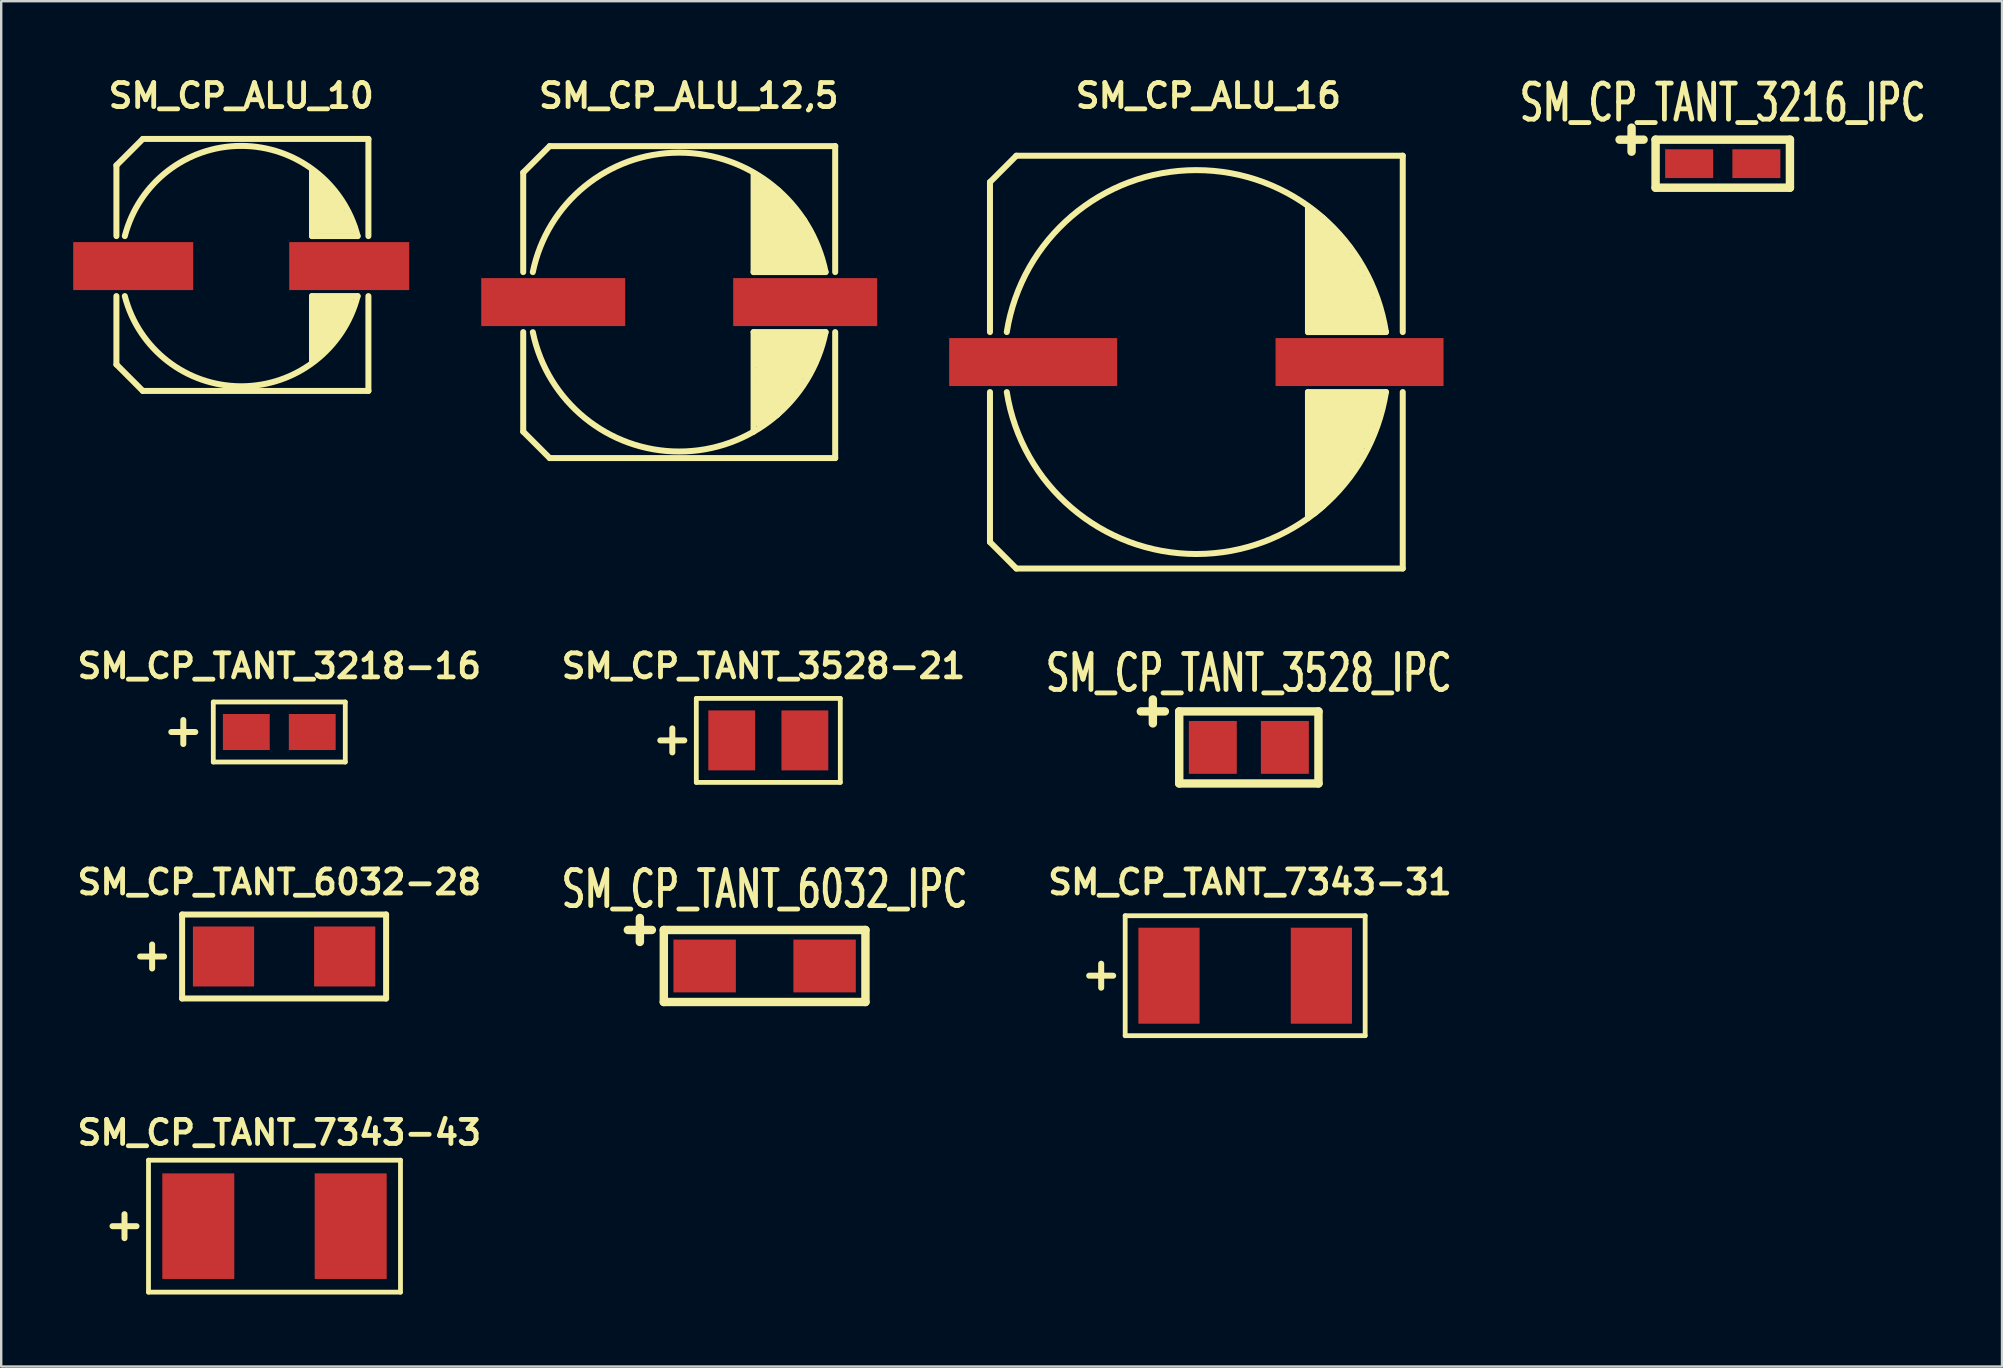
<source format=kicad_pcb>
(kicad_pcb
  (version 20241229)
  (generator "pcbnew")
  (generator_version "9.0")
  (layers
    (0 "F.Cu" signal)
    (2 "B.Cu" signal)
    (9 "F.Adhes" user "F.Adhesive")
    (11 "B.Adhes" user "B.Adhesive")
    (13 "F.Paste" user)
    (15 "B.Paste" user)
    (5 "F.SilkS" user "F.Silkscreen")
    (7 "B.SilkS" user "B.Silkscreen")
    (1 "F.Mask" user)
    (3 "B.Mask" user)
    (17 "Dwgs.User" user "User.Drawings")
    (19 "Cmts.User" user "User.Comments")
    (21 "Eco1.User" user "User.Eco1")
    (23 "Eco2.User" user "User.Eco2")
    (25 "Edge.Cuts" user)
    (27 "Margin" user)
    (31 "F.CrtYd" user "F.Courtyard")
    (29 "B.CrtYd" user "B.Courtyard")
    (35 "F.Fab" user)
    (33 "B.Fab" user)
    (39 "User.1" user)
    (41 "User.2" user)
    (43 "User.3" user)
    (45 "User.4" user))
  (footprint "SM_CP_TANT_3216_IPC"
    (layer "F.Cu")
    (at 68.737 3.77)
    (property "Reference" "SM_CP_TANT_3216_IPC" (at 0 -2.54 0) (layer "F.SilkS") (effects (font (size 1.501 1.001) (thickness 0.201))))
    (attr through_hole)
    (fp_line (start -3.8 -0.5) (end -3.8 -1.501) (stroke (width 0.351) (type solid)) (layer "F.SilkS"))
    (fp_line (start -3.299 -1.001) (end -4.3 -1.001) (stroke (width 0.351) (type solid)) (layer "F.SilkS"))
    (fp_line (start -2.799 -1.001) (end 2.799 -1.001) (stroke (width 0.351) (type solid)) (layer "F.SilkS"))
    (fp_line (start -2.799 1.001) (end -2.799 -1.001) (stroke (width 0.351) (type solid)) (layer "F.SilkS"))
    (fp_line (start 2.799 -1.001) (end 2.799 1.001) (stroke (width 0.351) (type solid)) (layer "F.SilkS"))
    (fp_line (start 2.799 1.001) (end -2.799 1.001) (stroke (width 0.351) (type solid)) (layer "F.SilkS"))
    (pad "1" smd rect (at -1.4 0) (size 1.999 1.199) (layers "F.Cu" "F.Mask" "F.Paste"))
    (pad "2" smd rect (at 1.4 0) (size 1.999 1.199) (layers "F.Cu" "F.Mask" "F.Paste")))
  (footprint "SM_CP_TANT_6032-28"
    (layer "F.Cu")
    (at 8.789 36.807)
    (property "Reference" "SM_CP_TANT_6032-28" (at -0.201 -3.099 0) (layer "F.SilkS") (effects (font (size 1.001 1.001) (thickness 0.201))))
    (attr through_hole)
    (fp_line (start -5.5 -0.5) (end -5.5 0.5) (stroke (width 0.25) (type solid)) (layer "F.SilkS"))
    (fp_line (start -5 0) (end -6 0) (stroke (width 0.25) (type solid)) (layer "F.SilkS"))
    (fp_line (start -4.25 -1.75) (end -4.25 1.75) (stroke (width 0.25) (type solid)) (layer "F.SilkS"))
    (fp_line (start -4.25 1.75) (end 4.25 1.75) (stroke (width 0.25) (type solid)) (layer "F.SilkS"))
    (fp_line (start 4.25 -1.75) (end -4.25 -1.75) (stroke (width 0.25) (type solid)) (layer "F.SilkS"))
    (fp_line (start 4.25 -1.75) (end 4.25 1.75) (stroke (width 0.25) (type solid)) (layer "F.SilkS"))
    (pad "1" smd rect (at -2.525 0) (size 2.55 2.499) (layers "F.Cu" "F.Mask" "F.Paste"))
    (pad "2" smd rect (at 2.525 0) (size 2.55 2.499) (layers "F.Cu" "F.Mask" "F.Paste")))
  (footprint "SM_CP_ALU_16"
    (layer "F.Cu")
    (at 46.802 12.037)
    (property "Reference" "SM_CP_ALU_16" (at 0.5 -11.1 0) (layer "F.SilkS") (effects (font (size 1.001 1.001) (thickness 0.201))))
    (attr through_hole)
    (fp_line (start -8.6 7.501) (end -7.501 8.603) (stroke (width 0.25) (type solid)) (layer "F.SilkS"))
    (fp_line (start -8.6 -7.5) (end -8.6 -1.25) (stroke (width 0.25) (type solid)) (layer "F.SilkS"))
    (fp_line (start -8.6 7.5) (end -8.6 1.25) (stroke (width 0.25) (type solid)) (layer "F.SilkS"))
    (fp_line (start -7.501 -8.598) (end -8.6 -7.498) (stroke (width 0.25) (type solid)) (layer "F.SilkS"))
    (fp_line (start -7.501 8.603) (end 8.6 8.603) (stroke (width 0.25) (type solid)) (layer "F.SilkS"))
    (fp_line (start 4.65 -1.25) (end 4.65 -6.45) (stroke (width 0.25) (type solid)) (layer "F.SilkS"))
    (fp_line (start 4.65 1.25) (end 4.65 6.5) (stroke (width 0.25) (type solid)) (layer "F.SilkS"))
    (fp_line (start 4.8 5.9) (end 5.2 5.9) (stroke (width 0.5) (type solid)) (layer "F.SilkS"))
    (fp_line (start 4.85 -5.9) (end 5.2 -5.9) (stroke (width 0.5) (type solid)) (layer "F.SilkS"))
    (fp_line (start 4.85 -5.5) (end 5.6 -5.5) (stroke (width 0.5) (type solid)) (layer "F.SilkS"))
    (fp_line (start 4.85 -5.1) (end 5.95 -5.1) (stroke (width 0.5) (type solid)) (layer "F.SilkS"))
    (fp_line (start 4.85 -4.7) (end 6.3 -4.7) (stroke (width 0.5) (type solid)) (layer "F.SilkS"))
    (fp_line (start 4.85 -4.25) (end 6.6 -4.25) (stroke (width 0.5) (type solid)) (layer "F.SilkS"))
    (fp_line (start 4.85 -3.8) (end 6.85 -3.8) (stroke (width 0.5) (type solid)) (layer "F.SilkS"))
    (fp_line (start 4.85 -3.35) (end 7.1 -3.35) (stroke (width 0.5) (type solid)) (layer "F.SilkS"))
    (fp_line (start 4.85 -2.9) (end 7.25 -2.9) (stroke (width 0.5) (type solid)) (layer "F.SilkS"))
    (fp_line (start 4.85 -2.45) (end 7.45 -2.45) (stroke (width 0.5) (type solid)) (layer "F.SilkS"))
    (fp_line (start 4.85 -2) (end 7.55 -2) (stroke (width 0.5) (type solid)) (layer "F.SilkS"))
    (fp_line (start 4.85 -1.55) (end 7.65 -1.55) (stroke (width 0.5) (type solid)) (layer "F.SilkS"))
    (fp_line (start 4.85 1.55) (end 7.6 1.55) (stroke (width 0.5) (type solid)) (layer "F.SilkS"))
    (fp_line (start 4.85 2) (end 7.55 2) (stroke (width 0.5) (type solid)) (layer "F.SilkS"))
    (fp_line (start 4.85 2.45) (end 7.4 2.45) (stroke (width 0.5) (type solid)) (layer "F.SilkS"))
    (fp_line (start 4.85 2.9) (end 7.25 2.9) (stroke (width 0.5) (type solid)) (layer "F.SilkS"))
    (fp_line (start 4.85 3.35) (end 7.1 3.35) (stroke (width 0.5) (type solid)) (layer "F.SilkS"))
    (fp_line (start 4.85 3.8) (end 6.85 3.8) (stroke (width 0.5) (type solid)) (layer "F.SilkS"))
    (fp_line (start 4.85 4.25) (end 6.6 4.25) (stroke (width 0.5) (type solid)) (layer "F.SilkS"))
    (fp_line (start 4.85 4.7) (end 6.3 4.7) (stroke (width 0.5) (type solid)) (layer "F.SilkS"))
    (fp_line (start 4.85 5.1) (end 5.95 5.1) (stroke (width 0.5) (type solid)) (layer "F.SilkS"))
    (fp_line (start 4.85 5.5) (end 5.6 5.5) (stroke (width 0.5) (type solid)) (layer "F.SilkS"))
    (fp_line (start 5.2 -5.9) (end 4.8 -6.1) (stroke (width 0.5) (type solid)) (layer "F.SilkS"))
    (fp_line (start 5.2 5.9) (end 4.85 6.2) (stroke (width 0.5) (type solid)) (layer "F.SilkS"))
    (fp_line (start 7.9 -1.25) (end 4.65 -1.25) (stroke (width 0.25) (type solid)) (layer "F.SilkS"))
    (fp_line (start 7.9 1.25) (end 4.65 1.25) (stroke (width 0.25) (type solid)) (layer "F.SilkS"))
    (fp_line (start 8.6 -8.6) (end 8.6 -1.25) (stroke (width 0.25) (type solid)) (layer "F.SilkS"))
    (fp_line (start 8.6 8.6) (end 8.6 1.25) (stroke (width 0.25) (type solid)) (layer "F.SilkS"))
    (fp_line (start 8.6 -8.598) (end -7.501 -8.598) (stroke (width 0.25) (type solid)) (layer "F.SilkS"))
    (fp_arc (start -7.9 -1.25) (mid -0.001222 -7.998281) (end 7.899618 -1.252414) (stroke (width 0.25) (type solid)) (layer "F.SilkS"))
    (fp_arc (start 7.9 1.25) (mid 0.001222 7.998281) (end -7.899618 1.252414) (stroke (width 0.25) (type solid)) (layer "F.SilkS"))
    (pad "1" smd rect (at -6.8 0) (size 7 1.999) (layers "F.Cu" "F.Mask" "F.Paste"))
    (pad "2" smd rect (at 6.8 0) (size 7 1.999) (layers "F.Cu" "F.Mask" "F.Paste")))
  (footprint "SM_CP_TANT_3528-21"
    (layer "F.Cu")
    (at 28.965 27.802)
    (property "Reference" "SM_CP_TANT_3528-21" (at -0.201 -3.099 0) (layer "F.SilkS") (effects (font (size 1.001 1.001) (thickness 0.201))))
    (attr through_hole)
    (fp_line (start -4 -0.5) (end -4 0.5) (stroke (width 0.25) (type solid)) (layer "F.SilkS"))
    (fp_line (start -3.5 0) (end -4.5 0) (stroke (width 0.25) (type solid)) (layer "F.SilkS"))
    (fp_line (start -3 -1.75) (end 3 -1.75) (stroke (width 0.2) (type solid)) (layer "F.SilkS"))
    (fp_line (start -3 1.75) (end -3 -1.75) (stroke (width 0.2) (type solid)) (layer "F.SilkS"))
    (fp_line (start 3 -1.75) (end 3 1.75) (stroke (width 0.2) (type solid)) (layer "F.SilkS"))
    (fp_line (start 3 1.75) (end -3 1.75) (stroke (width 0.2) (type solid)) (layer "F.SilkS"))
    (pad "1" smd rect (at -1.524 0) (size 1.951 2.499) (layers "F.Cu" "F.Mask" "F.Paste"))
    (pad "2" smd rect (at 1.524 0) (size 1.951 2.499) (layers "F.Cu" "F.Mask" "F.Paste")))
  (footprint "SM_CP_ALU_12,5"
    (layer "F.Cu")
    (at 25.252 9.538)
    (property "Reference" "SM_CP_ALU_12,5" (at 0.399 -8.6 0) (layer "F.SilkS") (effects (font (size 1.001 1.001) (thickness 0.201))))
    (attr through_hole)
    (fp_line (start -6.5 -5.4) (end -6.5 -1.25) (stroke (width 0.25) (type solid)) (layer "F.SilkS"))
    (fp_line (start -6.5 5.4) (end -6.5 1.25) (stroke (width 0.25) (type solid)) (layer "F.SilkS"))
    (fp_line (start -6.497 5.4) (end -5.397 6.5) (stroke (width 0.25) (type solid)) (layer "F.SilkS"))
    (fp_line (start -5.397 -6.5) (end -6.497 -5.4) (stroke (width 0.25) (type solid)) (layer "F.SilkS"))
    (fp_line (start -5.397 6.5) (end 6.502 6.5) (stroke (width 0.25) (type solid)) (layer "F.SilkS"))
    (fp_line (start 3.1 -1.25) (end 3.1 -5.35) (stroke (width 0.25) (type solid)) (layer "F.SilkS"))
    (fp_line (start 3.1 1.25) (end 3.1 5.4) (stroke (width 0.25) (type solid)) (layer "F.SilkS"))
    (fp_line (start 3.3 -4.55) (end 4.05 -4.55) (stroke (width 0.5) (type solid)) (layer "F.SilkS"))
    (fp_line (start 3.3 -4.15) (end 4.4 -4.15) (stroke (width 0.5) (type solid)) (layer "F.SilkS"))
    (fp_line (start 3.3 -3.75) (end 4.75 -3.75) (stroke (width 0.5) (type solid)) (layer "F.SilkS"))
    (fp_line (start 3.3 -3.35) (end 5.1 -3.35) (stroke (width 0.5) (type solid)) (layer "F.SilkS"))
    (fp_line (start 3.3 -2.9) (end 5.35 -2.9) (stroke (width 0.5) (type solid)) (layer "F.SilkS"))
    (fp_line (start 3.3 -2.45) (end 5.55 -2.45) (stroke (width 0.5) (type solid)) (layer "F.SilkS"))
    (fp_line (start 3.3 -2) (end 5.7 -2) (stroke (width 0.5) (type solid)) (layer "F.SilkS"))
    (fp_line (start 3.3 -1.55) (end 5.8 -1.55) (stroke (width 0.5) (type solid)) (layer "F.SilkS"))
    (fp_line (start 3.3 1.6) (end 5.85 1.6) (stroke (width 0.5) (type solid)) (layer "F.SilkS"))
    (fp_line (start 3.3 2.05) (end 5.7 2.05) (stroke (width 0.5) (type solid)) (layer "F.SilkS"))
    (fp_line (start 3.3 2.5) (end 5.55 2.5) (stroke (width 0.5) (type solid)) (layer "F.SilkS"))
    (fp_line (start 3.3 3.4) (end 5.05 3.4) (stroke (width 0.5) (type solid)) (layer "F.SilkS"))
    (fp_line (start 3.3 3.8) (end 4.7 3.8) (stroke (width 0.5) (type solid)) (layer "F.SilkS"))
    (fp_line (start 3.3 4.2) (end 4.4 4.2) (stroke (width 0.5) (type solid)) (layer "F.SilkS"))
    (fp_line (start 3.3 4.6) (end 4 4.6) (stroke (width 0.5) (type solid)) (layer "F.SilkS"))
    (fp_line (start 3.35 2.95) (end 5.3 2.95) (stroke (width 0.5) (type solid)) (layer "F.SilkS"))
    (fp_line (start 4 4.6) (end 3.35 4.95) (stroke (width 0.5) (type solid)) (layer "F.SilkS"))
    (fp_line (start 4.05 -4.55) (end 3.25 -4.95) (stroke (width 0.5) (type solid)) (layer "F.SilkS"))
    (fp_line (start 6.1 -1.25) (end 3.1 -1.25) (stroke (width 0.25) (type solid)) (layer "F.SilkS"))
    (fp_line (start 6.1 1.25) (end 3.1 1.25) (stroke (width 0.25) (type solid)) (layer "F.SilkS"))
    (fp_line (start 6.5 -6.5) (end 6.5 -1.25) (stroke (width 0.25) (type solid)) (layer "F.SilkS"))
    (fp_line (start 6.5 6.5) (end 6.5 1.25) (stroke (width 0.25) (type solid)) (layer "F.SilkS"))
    (fp_line (start 6.502 -6.5) (end -5.397 -6.5) (stroke (width 0.25) (type solid)) (layer "F.SilkS"))
    (fp_arc (start -6.1 -1.25) (mid -0.002106 -6.226756) (end 6.099153 -1.254126) (stroke (width 0.25) (type solid)) (layer "F.SilkS"))
    (fp_arc (start 6.1 1.25) (mid 0.002106 6.226756) (end -6.099153 1.254126) (stroke (width 0.25) (type solid)) (layer "F.SilkS"))
    (pad "1" smd rect (at -5.25 0) (size 6 1.999) (layers "F.Cu" "F.Mask" "F.Paste"))
    (pad "2" smd rect (at 5.25 0) (size 6 1.999) (layers "F.Cu" "F.Mask" "F.Paste")))
  (footprint "SM_CP_TANT_6032_IPC"
    (layer "F.Cu")
    (at 28.812 37.202)
    (property "Reference" "SM_CP_TANT_6032_IPC" (at 0 -3.2 0) (layer "F.SilkS") (effects (font (size 1.501 1.001) (thickness 0.201))))
    (attr through_hole)
    (fp_line (start -5.199 -1.001) (end -5.199 -1.999) (stroke (width 0.351) (type solid)) (layer "F.SilkS"))
    (fp_line (start -4.699 -1.501) (end -5.7 -1.501) (stroke (width 0.351) (type solid)) (layer "F.SilkS"))
    (fp_line (start -4.201 -1.501) (end 4.201 -1.501) (stroke (width 0.351) (type solid)) (layer "F.SilkS"))
    (fp_line (start -4.201 1.501) (end -4.201 -1.501) (stroke (width 0.351) (type solid)) (layer "F.SilkS"))
    (fp_line (start 4.201 -1.501) (end 4.201 1.501) (stroke (width 0.351) (type solid)) (layer "F.SilkS"))
    (fp_line (start 4.201 1.501) (end -4.201 1.501) (stroke (width 0.351) (type solid)) (layer "F.SilkS"))
    (pad "1" smd rect (at -2.499 0) (size 2.601 2.2) (layers "F.Cu" "F.Mask" "F.Paste"))
    (pad "2" smd rect (at 2.499 0) (size 2.601 2.2) (layers "F.Cu" "F.Mask" "F.Paste")))
  (footprint "SM_CP_TANT_7343-43"
    (layer "F.Cu")
    (at 8.388 48.044)
    (property "Reference" "SM_CP_TANT_7343-43" (at 0.201 -3.899 0) (layer "F.SilkS") (effects (font (size 1.001 1.001) (thickness 0.201))))
    (attr through_hole)
    (fp_line (start -6.25 -0.5) (end -6.25 0.5) (stroke (width 0.25) (type solid)) (layer "F.SilkS"))
    (fp_line (start -5.75 0) (end -6.75 0) (stroke (width 0.25) (type solid)) (layer "F.SilkS"))
    (fp_line (start -5.25 -2.75) (end 5.25 -2.75) (stroke (width 0.2) (type solid)) (layer "F.SilkS"))
    (fp_line (start -5.25 2.75) (end -5.25 -2.75) (stroke (width 0.2) (type solid)) (layer "F.SilkS"))
    (fp_line (start 5.25 -2.75) (end 5.25 2.75) (stroke (width 0.2) (type solid)) (layer "F.SilkS"))
    (fp_line (start 5.25 2.75) (end -5.25 2.75) (stroke (width 0.2) (type solid)) (layer "F.SilkS"))
    (pad "1" smd rect (at -3.175 0) (size 3 4.399) (layers "F.Cu" "F.Mask" "F.Paste"))
    (pad "2" smd rect (at 3.175 0) (size 3 4.399) (layers "F.Cu" "F.Mask" "F.Paste")))
  (footprint "SM_CP_ALU_10"
    (layer "F.Cu")
    (at 7.001 8.038)
    (property "Reference" "SM_CP_ALU_10" (at 0 -7.1 0) (layer "F.SilkS") (effects (font (size 1.001 1.001) (thickness 0.201))))
    (attr through_hole)
    (fp_line (start -5.2 -4.2) (end -5.2 -1.25) (stroke (width 0.25) (type solid)) (layer "F.SilkS"))
    (fp_line (start -5.2 4.1) (end -5.2 1.25) (stroke (width 0.25) (type solid)) (layer "F.SilkS"))
    (fp_line (start -5.199 4.1) (end -4.1 5.202) (stroke (width 0.25) (type solid)) (layer "F.SilkS"))
    (fp_line (start -4.1 -5.298) (end -5.199 -4.199) (stroke (width 0.25) (type solid)) (layer "F.SilkS"))
    (fp_line (start -4.1 5.202) (end 5.301 5.202) (stroke (width 0.25) (type solid)) (layer "F.SilkS"))
    (fp_line (start 2.95 -1.25) (end 2.95 -4) (stroke (width 0.25) (type solid)) (layer "F.SilkS"))
    (fp_line (start 2.95 1.25) (end 2.95 4) (stroke (width 0.25) (type solid)) (layer "F.SilkS"))
    (fp_line (start 3.15 -3.3) (end 3.55 -3.3) (stroke (width 0.5) (type solid)) (layer "F.SilkS"))
    (fp_line (start 3.15 -2.9) (end 3.85 -2.9) (stroke (width 0.5) (type solid)) (layer "F.SilkS"))
    (fp_line (start 3.15 -2.5) (end 4.15 -2.5) (stroke (width 0.5) (type solid)) (layer "F.SilkS"))
    (fp_line (start 3.15 -2.05) (end 4.4 -2.05) (stroke (width 0.5) (type solid)) (layer "F.SilkS"))
    (fp_line (start 3.15 -1.6) (end 4.6 -1.6) (stroke (width 0.5) (type solid)) (layer "F.SilkS"))
    (fp_line (start 3.15 1.55) (end 4.5 1.55) (stroke (width 0.5) (type solid)) (layer "F.SilkS"))
    (fp_line (start 3.15 2) (end 4.4 2) (stroke (width 0.5) (type solid)) (layer "F.SilkS"))
    (fp_line (start 3.15 2.45) (end 4.2 2.45) (stroke (width 0.5) (type solid)) (layer "F.SilkS"))
    (fp_line (start 3.15 2.85) (end 3.9 2.85) (stroke (width 0.5) (type solid)) (layer "F.SilkS"))
    (fp_line (start 3.15 3.25) (end 3.6 3.25) (stroke (width 0.5) (type solid)) (layer "F.SilkS"))
    (fp_line (start 3.55 -3.3) (end 3.1 -3.65) (stroke (width 0.5) (type solid)) (layer "F.SilkS"))
    (fp_line (start 3.6 3.25) (end 3.1 3.65) (stroke (width 0.5) (type solid)) (layer "F.SilkS"))
    (fp_line (start 4.85 -1.25) (end 2.95 -1.25) (stroke (width 0.25) (type solid)) (layer "F.SilkS"))
    (fp_line (start 4.85 1.25) (end 2.95 1.25) (stroke (width 0.25) (type solid)) (layer "F.SilkS"))
    (fp_line (start 5.3 -5.3) (end 5.3 -1.25) (stroke (width 0.25) (type solid)) (layer "F.SilkS"))
    (fp_line (start 5.3 5.2) (end 5.3 1.25) (stroke (width 0.25) (type solid)) (layer "F.SilkS"))
    (fp_line (start 5.301 -5.298) (end -4.1 -5.298) (stroke (width 0.25) (type solid)) (layer "F.SilkS"))
    (fp_arc (start -4.85 -1.25) (mid 0.000212 -5.008493) (end 4.850106 -1.249589) (stroke (width 0.25) (type solid)) (layer "F.SilkS"))
    (fp_arc (start 4.85 1.25) (mid -0.000212 5.008493) (end -4.850106 1.249589) (stroke (width 0.25) (type solid)) (layer "F.SilkS"))
    (pad "1" smd rect (at -4.501 0) (size 5 1.999) (layers "F.Cu" "F.Mask" "F.Paste"))
    (pad "2" smd rect (at 4.501 0) (size 5 1.999) (layers "F.Cu" "F.Mask" "F.Paste")))
  (footprint "SM_CP_TANT_3528_IPC"
    (layer "F.Cu")
    (at 48.989 28.095)
    (property "Reference" "SM_CP_TANT_3528_IPC" (at 0 -3.099 0) (layer "F.SilkS") (effects (font (size 1.501 1.001) (thickness 0.201))))
    (attr through_hole)
    (fp_line (start -4 -1.501) (end -4.501 -1.501) (stroke (width 0.351) (type solid)) (layer "F.SilkS"))
    (fp_line (start -4 -1.001) (end -4 -1.999) (stroke (width 0.351) (type solid)) (layer "F.SilkS"))
    (fp_line (start -3.5 -1.501) (end -4 -1.501) (stroke (width 0.351) (type solid)) (layer "F.SilkS"))
    (fp_line (start -2.901 -1.501) (end 2.901 -1.501) (stroke (width 0.351) (type solid)) (layer "F.SilkS"))
    (fp_line (start -2.901 1.501) (end -2.901 -1.501) (stroke (width 0.351) (type solid)) (layer "F.SilkS"))
    (fp_line (start 2.901 -1.501) (end 2.901 1.501) (stroke (width 0.351) (type solid)) (layer "F.SilkS"))
    (fp_line (start 2.901 1.501) (end -2.901 1.501) (stroke (width 0.351) (type solid)) (layer "F.SilkS"))
    (pad "1" smd rect (at -1.501 0) (size 1.999 2.2) (layers "F.Cu" "F.Mask" "F.Paste"))
    (pad "2" smd rect (at 1.501 0) (size 1.999 2.2) (layers "F.Cu" "F.Mask" "F.Paste")))
  (footprint "SM_CP_TANT_7343-31"
    (layer "F.Cu")
    (at 48.836 37.607)
    (property "Reference" "SM_CP_TANT_7343-31" (at 0.201 -3.899 0) (layer "F.SilkS") (effects (font (size 1.001 1.001) (thickness 0.201))))
    (attr through_hole)
    (fp_line (start -6 -0.5) (end -6 0.5) (stroke (width 0.25) (type solid)) (layer "F.SilkS"))
    (fp_line (start -5.5 0) (end -6.5 0) (stroke (width 0.25) (type solid)) (layer "F.SilkS"))
    (fp_line (start -5 -2.5) (end 5 -2.5) (stroke (width 0.2) (type solid)) (layer "F.SilkS"))
    (fp_line (start -5 2.5) (end -5 -2.5) (stroke (width 0.2) (type solid)) (layer "F.SilkS"))
    (fp_line (start 5 -2.5) (end 5 2.5) (stroke (width 0.2) (type solid)) (layer "F.SilkS"))
    (fp_line (start 5 2.5) (end -5 2.5) (stroke (width 0.2) (type solid)) (layer "F.SilkS"))
    (pad "1" smd rect (at -3.175 0) (size 2.55 4) (layers "F.Cu" "F.Mask" "F.Paste"))
    (pad "2" smd rect (at 3.175 0) (size 2.55 4) (layers "F.Cu" "F.Mask" "F.Paste")))
  (footprint "SM_CP_TANT_3218-16"
    (layer "F.Cu")
    (at 8.588 27.453)
    (property "Reference" "SM_CP_TANT_3218-16" (at 0 -2.75 0) (layer "F.SilkS") (effects (font (size 1.001 1.001) (thickness 0.201))))
    (attr through_hole)
    (fp_line (start -4 -0.5) (end -4 0.5) (stroke (width 0.25) (type solid)) (layer "F.SilkS"))
    (fp_line (start -3.5 0) (end -4.5 0) (stroke (width 0.25) (type solid)) (layer "F.SilkS"))
    (fp_line (start -2.75 -1.25) (end 2.75 -1.25) (stroke (width 0.2) (type solid)) (layer "F.SilkS"))
    (fp_line (start -2.75 1.25) (end -2.75 -1.25) (stroke (width 0.2) (type solid)) (layer "F.SilkS"))
    (fp_line (start 2.75 -1.25) (end 2.75 1.25) (stroke (width 0.2) (type solid)) (layer "F.SilkS"))
    (fp_line (start 2.75 1.25) (end -2.75 1.25) (stroke (width 0.2) (type solid)) (layer "F.SilkS"))
    (pad "1" smd rect (at -1.374 0) (size 1.951 1.501) (layers "F.Cu" "F.Mask" "F.Paste"))
    (pad "2" smd rect (at 1.374 0) (size 1.951 1.501) (layers "F.Cu" "F.Mask" "F.Paste")))
  (gr_rect
    (start -3 -3)
    (end 80.373 53.894)
    (stroke (width 0.1) (type default))
    (fill no)
    (layer "Edge.Cuts")))
</source>
